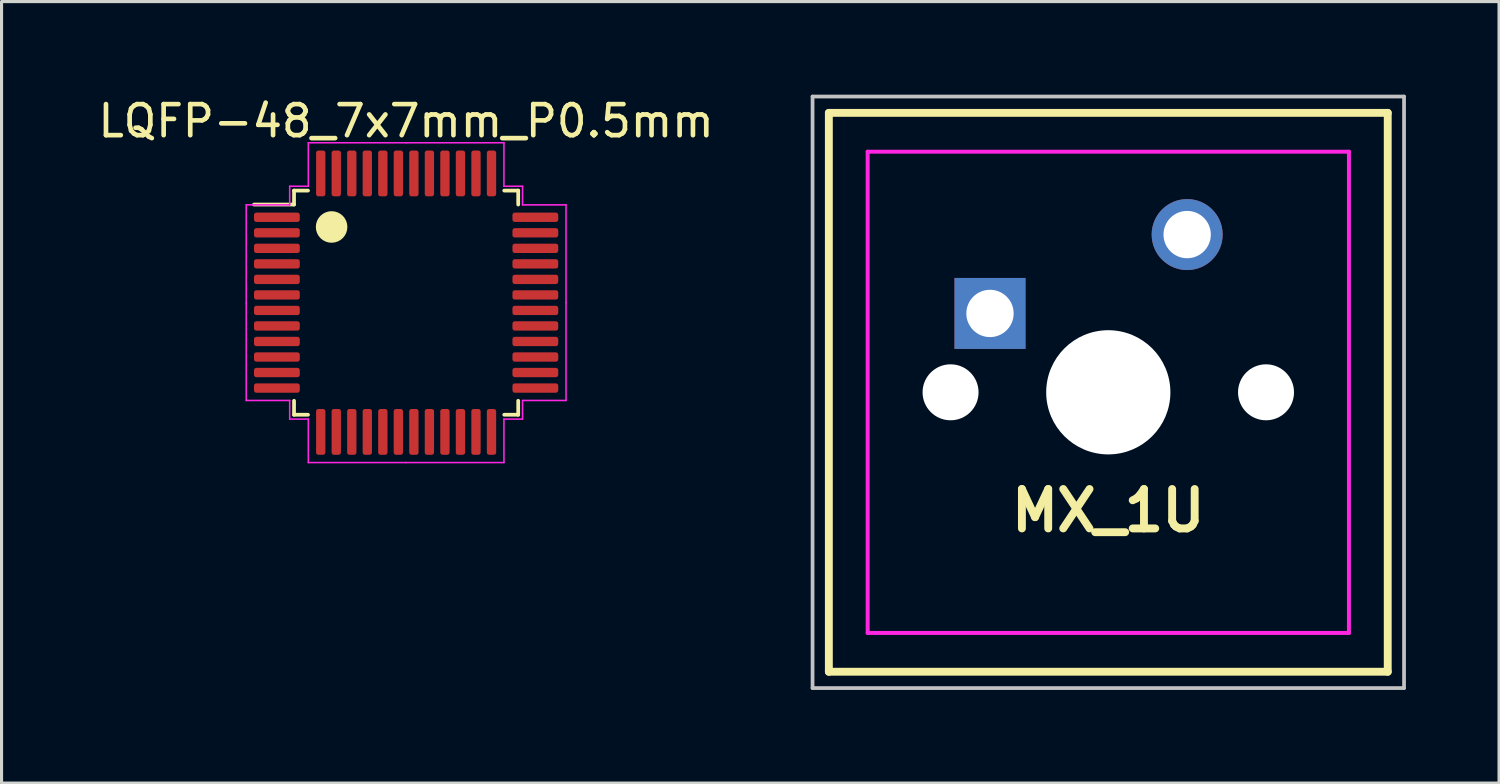
<source format=kicad_pcb>
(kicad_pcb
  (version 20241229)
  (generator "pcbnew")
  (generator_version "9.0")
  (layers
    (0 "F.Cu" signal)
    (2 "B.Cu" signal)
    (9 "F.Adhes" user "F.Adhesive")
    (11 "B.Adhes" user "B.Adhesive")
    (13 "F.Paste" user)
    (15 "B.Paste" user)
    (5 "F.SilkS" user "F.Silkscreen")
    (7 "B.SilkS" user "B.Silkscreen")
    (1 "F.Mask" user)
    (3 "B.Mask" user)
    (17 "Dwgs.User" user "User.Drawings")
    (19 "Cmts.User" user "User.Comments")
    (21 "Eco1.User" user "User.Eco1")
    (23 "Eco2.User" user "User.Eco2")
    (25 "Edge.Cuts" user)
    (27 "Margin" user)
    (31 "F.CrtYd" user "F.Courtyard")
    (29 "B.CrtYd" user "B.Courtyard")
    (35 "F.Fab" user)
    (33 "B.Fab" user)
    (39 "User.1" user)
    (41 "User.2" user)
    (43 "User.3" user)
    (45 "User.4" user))
  (footprint "LQFP-48_7x7mm_P0.5mm"
    (layer "F.Cu")
    (at 10.03 6.698)
    (property "Reference" "LQFP-48_7x7mm_P0.5mm" (at 0 -5.85 0) (layer "F.SilkS") (effects (font (size 1 1) (thickness 0.15))))
    (attr smd)
    (fp_line (start -3.61 -3.61) (end -3.61 -3.16) (stroke (width 0.12) (type solid)) (layer "F.SilkS"))
    (fp_line (start -3.61 -3.16) (end -4.9 -3.16) (stroke (width 0.12) (type solid)) (layer "F.SilkS"))
    (fp_line (start -3.61 3.61) (end -3.61 3.16) (stroke (width 0.12) (type solid)) (layer "F.SilkS"))
    (fp_line (start -3.16 -3.61) (end -3.61 -3.61) (stroke (width 0.12) (type solid)) (layer "F.SilkS"))
    (fp_line (start -3.16 3.61) (end -3.61 3.61) (stroke (width 0.12) (type solid)) (layer "F.SilkS"))
    (fp_line (start 3.16 -3.61) (end 3.61 -3.61) (stroke (width 0.12) (type solid)) (layer "F.SilkS"))
    (fp_line (start 3.16 3.61) (end 3.61 3.61) (stroke (width 0.12) (type solid)) (layer "F.SilkS"))
    (fp_line (start 3.61 -3.61) (end 3.61 -3.16) (stroke (width 0.12) (type solid)) (layer "F.SilkS"))
    (fp_line (start 3.61 3.61) (end 3.61 3.16) (stroke (width 0.12) (type solid)) (layer "F.SilkS"))
    (fp_circle (center -2.4 -2.438) (end -2.146 -2.438) (stroke (width 0.508) (type solid)) (fill no) (layer "F.SilkS"))
    (fp_line (start -5.15 -3.15) (end -5.15 0) (stroke (width 0.05) (type solid)) (layer "F.CrtYd"))
    (fp_line (start -5.15 3.15) (end -5.15 0) (stroke (width 0.05) (type solid)) (layer "F.CrtYd"))
    (fp_line (start -3.75 -3.75) (end -3.75 -3.15) (stroke (width 0.05) (type solid)) (layer "F.CrtYd"))
    (fp_line (start -3.75 -3.15) (end -5.15 -3.15) (stroke (width 0.05) (type solid)) (layer "F.CrtYd"))
    (fp_line (start -3.75 3.15) (end -5.15 3.15) (stroke (width 0.05) (type solid)) (layer "F.CrtYd"))
    (fp_line (start -3.75 3.75) (end -3.75 3.15) (stroke (width 0.05) (type solid)) (layer "F.CrtYd"))
    (fp_line (start -3.15 -5.15) (end -3.15 -3.75) (stroke (width 0.05) (type solid)) (layer "F.CrtYd"))
    (fp_line (start -3.15 -3.75) (end -3.75 -3.75) (stroke (width 0.05) (type solid)) (layer "F.CrtYd"))
    (fp_line (start -3.15 3.75) (end -3.75 3.75) (stroke (width 0.05) (type solid)) (layer "F.CrtYd"))
    (fp_line (start -3.15 5.15) (end -3.15 3.75) (stroke (width 0.05) (type solid)) (layer "F.CrtYd"))
    (fp_line (start 0 -5.15) (end -3.15 -5.15) (stroke (width 0.05) (type solid)) (layer "F.CrtYd"))
    (fp_line (start 0 -5.15) (end 3.15 -5.15) (stroke (width 0.05) (type solid)) (layer "F.CrtYd"))
    (fp_line (start 0 5.15) (end -3.15 5.15) (stroke (width 0.05) (type solid)) (layer "F.CrtYd"))
    (fp_line (start 0 5.15) (end 3.15 5.15) (stroke (width 0.05) (type solid)) (layer "F.CrtYd"))
    (fp_line (start 3.15 -5.15) (end 3.15 -3.75) (stroke (width 0.05) (type solid)) (layer "F.CrtYd"))
    (fp_line (start 3.15 -3.75) (end 3.75 -3.75) (stroke (width 0.05) (type solid)) (layer "F.CrtYd"))
    (fp_line (start 3.15 3.75) (end 3.75 3.75) (stroke (width 0.05) (type solid)) (layer "F.CrtYd"))
    (fp_line (start 3.15 5.15) (end 3.15 3.75) (stroke (width 0.05) (type solid)) (layer "F.CrtYd"))
    (fp_line (start 3.75 -3.75) (end 3.75 -3.15) (stroke (width 0.05) (type solid)) (layer "F.CrtYd"))
    (fp_line (start 3.75 -3.15) (end 5.15 -3.15) (stroke (width 0.05) (type solid)) (layer "F.CrtYd"))
    (fp_line (start 3.75 3.15) (end 5.15 3.15) (stroke (width 0.05) (type solid)) (layer "F.CrtYd"))
    (fp_line (start 3.75 3.75) (end 3.75 3.15) (stroke (width 0.05) (type solid)) (layer "F.CrtYd"))
    (fp_line (start 5.15 -3.15) (end 5.15 0) (stroke (width 0.05) (type solid)) (layer "F.CrtYd"))
    (fp_line (start 5.15 3.15) (end 5.15 0) (stroke (width 0.05) (type solid)) (layer "F.CrtYd"))
    (pad "1" smd roundrect (at -4.162 -2.75) (size 1.475 0.3) (layers "F.Cu" "F.Mask" "F.Paste") (roundrect_rratio 0.25))
    (pad "2" smd roundrect (at -4.162 -2.25) (size 1.475 0.3) (layers "F.Cu" "F.Mask" "F.Paste") (roundrect_rratio 0.25))
    (pad "3" smd roundrect (at -4.162 -1.75) (size 1.475 0.3) (layers "F.Cu" "F.Mask" "F.Paste") (roundrect_rratio 0.25))
    (pad "4" smd roundrect (at -4.162 -1.25) (size 1.475 0.3) (layers "F.Cu" "F.Mask" "F.Paste") (roundrect_rratio 0.25))
    (pad "5" smd roundrect (at -4.162 -0.75) (size 1.475 0.3) (layers "F.Cu" "F.Mask" "F.Paste") (roundrect_rratio 0.25))
    (pad "6" smd roundrect (at -4.162 -0.25) (size 1.475 0.3) (layers "F.Cu" "F.Mask" "F.Paste") (roundrect_rratio 0.25))
    (pad "7" smd roundrect (at -4.162 0.25) (size 1.475 0.3) (layers "F.Cu" "F.Mask" "F.Paste") (roundrect_rratio 0.25))
    (pad "8" smd roundrect (at -4.162 0.75) (size 1.475 0.3) (layers "F.Cu" "F.Mask" "F.Paste") (roundrect_rratio 0.25))
    (pad "9" smd roundrect (at -4.162 1.25) (size 1.475 0.3) (layers "F.Cu" "F.Mask" "F.Paste") (roundrect_rratio 0.25))
    (pad "10" smd roundrect (at -4.162 1.75) (size 1.475 0.3) (layers "F.Cu" "F.Mask" "F.Paste") (roundrect_rratio 0.25))
    (pad "11" smd roundrect (at -4.162 2.25) (size 1.475 0.3) (layers "F.Cu" "F.Mask" "F.Paste") (roundrect_rratio 0.25))
    (pad "12" smd roundrect (at -4.162 2.75) (size 1.475 0.3) (layers "F.Cu" "F.Mask" "F.Paste") (roundrect_rratio 0.25))
    (pad "13" smd roundrect (at -2.75 4.162) (size 0.3 1.475) (layers "F.Cu" "F.Mask" "F.Paste") (roundrect_rratio 0.25))
    (pad "14" smd roundrect (at -2.25 4.162) (size 0.3 1.475) (layers "F.Cu" "F.Mask" "F.Paste") (roundrect_rratio 0.25))
    (pad "15" smd roundrect (at -1.75 4.162) (size 0.3 1.475) (layers "F.Cu" "F.Mask" "F.Paste") (roundrect_rratio 0.25))
    (pad "16" smd roundrect (at -1.25 4.162) (size 0.3 1.475) (layers "F.Cu" "F.Mask" "F.Paste") (roundrect_rratio 0.25))
    (pad "17" smd roundrect (at -0.75 4.162) (size 0.3 1.475) (layers "F.Cu" "F.Mask" "F.Paste") (roundrect_rratio 0.25))
    (pad "18" smd roundrect (at -0.25 4.162) (size 0.3 1.475) (layers "F.Cu" "F.Mask" "F.Paste") (roundrect_rratio 0.25))
    (pad "19" smd roundrect (at 0.25 4.162) (size 0.3 1.475) (layers "F.Cu" "F.Mask" "F.Paste") (roundrect_rratio 0.25))
    (pad "20" smd roundrect (at 0.75 4.162) (size 0.3 1.475) (layers "F.Cu" "F.Mask" "F.Paste") (roundrect_rratio 0.25))
    (pad "21" smd roundrect (at 1.25 4.162) (size 0.3 1.475) (layers "F.Cu" "F.Mask" "F.Paste") (roundrect_rratio 0.25))
    (pad "22" smd roundrect (at 1.75 4.162) (size 0.3 1.475) (layers "F.Cu" "F.Mask" "F.Paste") (roundrect_rratio 0.25))
    (pad "23" smd roundrect (at 2.25 4.162) (size 0.3 1.475) (layers "F.Cu" "F.Mask" "F.Paste") (roundrect_rratio 0.25))
    (pad "24" smd roundrect (at 2.75 4.162) (size 0.3 1.475) (layers "F.Cu" "F.Mask" "F.Paste") (roundrect_rratio 0.25))
    (pad "25" smd roundrect (at 4.162 2.75) (size 1.475 0.3) (layers "F.Cu" "F.Mask" "F.Paste") (roundrect_rratio 0.25))
    (pad "26" smd roundrect (at 4.162 2.25) (size 1.475 0.3) (layers "F.Cu" "F.Mask" "F.Paste") (roundrect_rratio 0.25))
    (pad "27" smd roundrect (at 4.162 1.75) (size 1.475 0.3) (layers "F.Cu" "F.Mask" "F.Paste") (roundrect_rratio 0.25))
    (pad "28" smd roundrect (at 4.162 1.25) (size 1.475 0.3) (layers "F.Cu" "F.Mask" "F.Paste") (roundrect_rratio 0.25))
    (pad "29" smd roundrect (at 4.162 0.75) (size 1.475 0.3) (layers "F.Cu" "F.Mask" "F.Paste") (roundrect_rratio 0.25))
    (pad "30" smd roundrect (at 4.162 0.25) (size 1.475 0.3) (layers "F.Cu" "F.Mask" "F.Paste") (roundrect_rratio 0.25))
    (pad "31" smd roundrect (at 4.162 -0.25) (size 1.475 0.3) (layers "F.Cu" "F.Mask" "F.Paste") (roundrect_rratio 0.25))
    (pad "32" smd roundrect (at 4.162 -0.75) (size 1.475 0.3) (layers "F.Cu" "F.Mask" "F.Paste") (roundrect_rratio 0.25))
    (pad "33" smd roundrect (at 4.162 -1.25) (size 1.475 0.3) (layers "F.Cu" "F.Mask" "F.Paste") (roundrect_rratio 0.25))
    (pad "34" smd roundrect (at 4.162 -1.75) (size 1.475 0.3) (layers "F.Cu" "F.Mask" "F.Paste") (roundrect_rratio 0.25))
    (pad "35" smd roundrect (at 4.162 -2.25) (size 1.475 0.3) (layers "F.Cu" "F.Mask" "F.Paste") (roundrect_rratio 0.25))
    (pad "36" smd roundrect (at 4.162 -2.75) (size 1.475 0.3) (layers "F.Cu" "F.Mask" "F.Paste") (roundrect_rratio 0.25))
    (pad "37" smd roundrect (at 2.75 -4.162) (size 0.3 1.475) (layers "F.Cu" "F.Mask" "F.Paste") (roundrect_rratio 0.25))
    (pad "38" smd roundrect (at 2.25 -4.162) (size 0.3 1.475) (layers "F.Cu" "F.Mask" "F.Paste") (roundrect_rratio 0.25))
    (pad "39" smd roundrect (at 1.75 -4.162) (size 0.3 1.475) (layers "F.Cu" "F.Mask" "F.Paste") (roundrect_rratio 0.25))
    (pad "40" smd roundrect (at 1.25 -4.162) (size 0.3 1.475) (layers "F.Cu" "F.Mask" "F.Paste") (roundrect_rratio 0.25))
    (pad "41" smd roundrect (at 0.75 -4.162) (size 0.3 1.475) (layers "F.Cu" "F.Mask" "F.Paste") (roundrect_rratio 0.25))
    (pad "42" smd roundrect (at 0.25 -4.162) (size 0.3 1.475) (layers "F.Cu" "F.Mask" "F.Paste") (roundrect_rratio 0.25))
    (pad "43" smd roundrect (at -0.25 -4.162) (size 0.3 1.475) (layers "F.Cu" "F.Mask" "F.Paste") (roundrect_rratio 0.25))
    (pad "44" smd roundrect (at -0.75 -4.162) (size 0.3 1.475) (layers "F.Cu" "F.Mask" "F.Paste") (roundrect_rratio 0.25))
    (pad "45" smd roundrect (at -1.25 -4.162) (size 0.3 1.475) (layers "F.Cu" "F.Mask" "F.Paste") (roundrect_rratio 0.25))
    (pad "46" smd roundrect (at -1.75 -4.162) (size 0.3 1.475) (layers "F.Cu" "F.Mask" "F.Paste") (roundrect_rratio 0.25))
    (pad "47" smd roundrect (at -2.25 -4.162) (size 0.3 1.475) (layers "F.Cu" "F.Mask" "F.Paste") (roundrect_rratio 0.25))
    (pad "48" smd roundrect (at -2.75 -4.162) (size 0.3 1.475) (layers "F.Cu" "F.Mask" "F.Paste") (roundrect_rratio 0.25)))
  (footprint "MX_1U"
    (layer "F.Cu")
    (at 32.645 9.585)
    (property "Reference" "MX_1U" (at 0 3.81 180) (layer "F.SilkS") (effects (font (size 1.27 1.27) (thickness 0.254))))
    (attr through_hole)
    (fp_line (start -9 -9) (end 9 -9) (stroke (width 0.254) (type solid)) (layer "F.SilkS"))
    (fp_line (start -9 9) (end -9 -9) (stroke (width 0.254) (type solid)) (layer "F.SilkS"))
    (fp_line (start 9 -9) (end 9 9) (stroke (width 0.254) (type solid)) (layer "F.SilkS"))
    (fp_line (start 9 9) (end -9 9) (stroke (width 0.254) (type solid)) (layer "F.SilkS"))
    (fp_line (start -9.525 -9.525) (end -9.525 9.525) (stroke (width 0.12) (type solid)) (layer "Dwgs.User"))
    (fp_line (start -9.525 -9.525) (end 9.525 -9.525) (stroke (width 0.12) (type solid)) (layer "Dwgs.User"))
    (fp_line (start -9.525 9.525) (end 9.525 9.525) (stroke (width 0.12) (type solid)) (layer "Dwgs.User"))
    (fp_line (start 9.525 -9.525) (end 9.525 9.525) (stroke (width 0.12) (type solid)) (layer "Dwgs.User"))
    (fp_line (start -7 6.746) (end -7 -6.746) (stroke (width 0.025) (type solid)) (layer "Eco1.User"))
    (fp_line (start -6.746 -7) (end 6.746 -7) (stroke (width 0.025) (type solid)) (layer "Eco1.User"))
    (fp_line (start 6.746 7) (end -6.746 7) (stroke (width 0.025) (type solid)) (layer "Eco1.User"))
    (fp_line (start 7 -6.746) (end 7 6.746) (stroke (width 0.025) (type solid)) (layer "Eco1.User"))
    (fp_arc (start -7 -6.746) (mid -6.925605 -6.925605) (end -6.746 -7) (stroke (width 0.0254) (type solid)) (layer "Eco1.User"))
    (fp_arc (start -6.746 7) (mid -6.925605 6.925605) (end -7 6.746) (stroke (width 0.0254) (type solid)) (layer "Eco1.User"))
    (fp_arc (start 6.746 -7) (mid 6.925605 -6.925605) (end 7 -6.746) (stroke (width 0.0254) (type solid)) (layer "Eco1.User"))
    (fp_arc (start 7 6.746) (mid 6.925605 6.925605) (end 6.746 7) (stroke (width 0.0254) (type solid)) (layer "Eco1.User"))
    (fp_line (start -7.75 -7.75) (end 7.75 -7.75) (stroke (width 0.127) (type solid)) (layer "F.CrtYd"))
    (fp_line (start -7.75 7.75) (end -7.75 -7.75) (stroke (width 0.127) (type solid)) (layer "F.CrtYd"))
    (fp_line (start 7.75 -7.75) (end 7.75 7.75) (stroke (width 0.127) (type solid)) (layer "F.CrtYd"))
    (fp_line (start 7.75 7.75) (end -7.75 7.75) (stroke (width 0.127) (type solid)) (layer "F.CrtYd"))
    (pad "" np_thru_hole circle (at -5.08 0 180) (size 1.803 1.803) (drill 1.803) (layers "*.Cu" "*.Mask"))
    (pad "" np_thru_hole circle (at 0 0) (size 4 4) (drill 4) (layers "*.Cu" "*.Mask"))
    (pad "" np_thru_hole circle (at 5.08 0) (size 1.803 1.803) (drill 1.803) (layers "*.Cu" "*.Mask"))
    (pad "1" thru_hole rect (at -3.81 -2.54 180) (size 2.286 2.286) (drill 1.524) (layers "*.Cu" "*.Mask"))
    (pad "2" thru_hole circle (at 2.54 -5.08 41.9) (size 2.286 2.286) (drill 1.524) (layers "*.Cu" "*.Mask")))
  (gr_rect
    (start -3 -3)
    (end 45.23 22.17)
    (stroke (width 0.1) (type default))
    (fill no)
    (layer "Edge.Cuts")))
</source>
